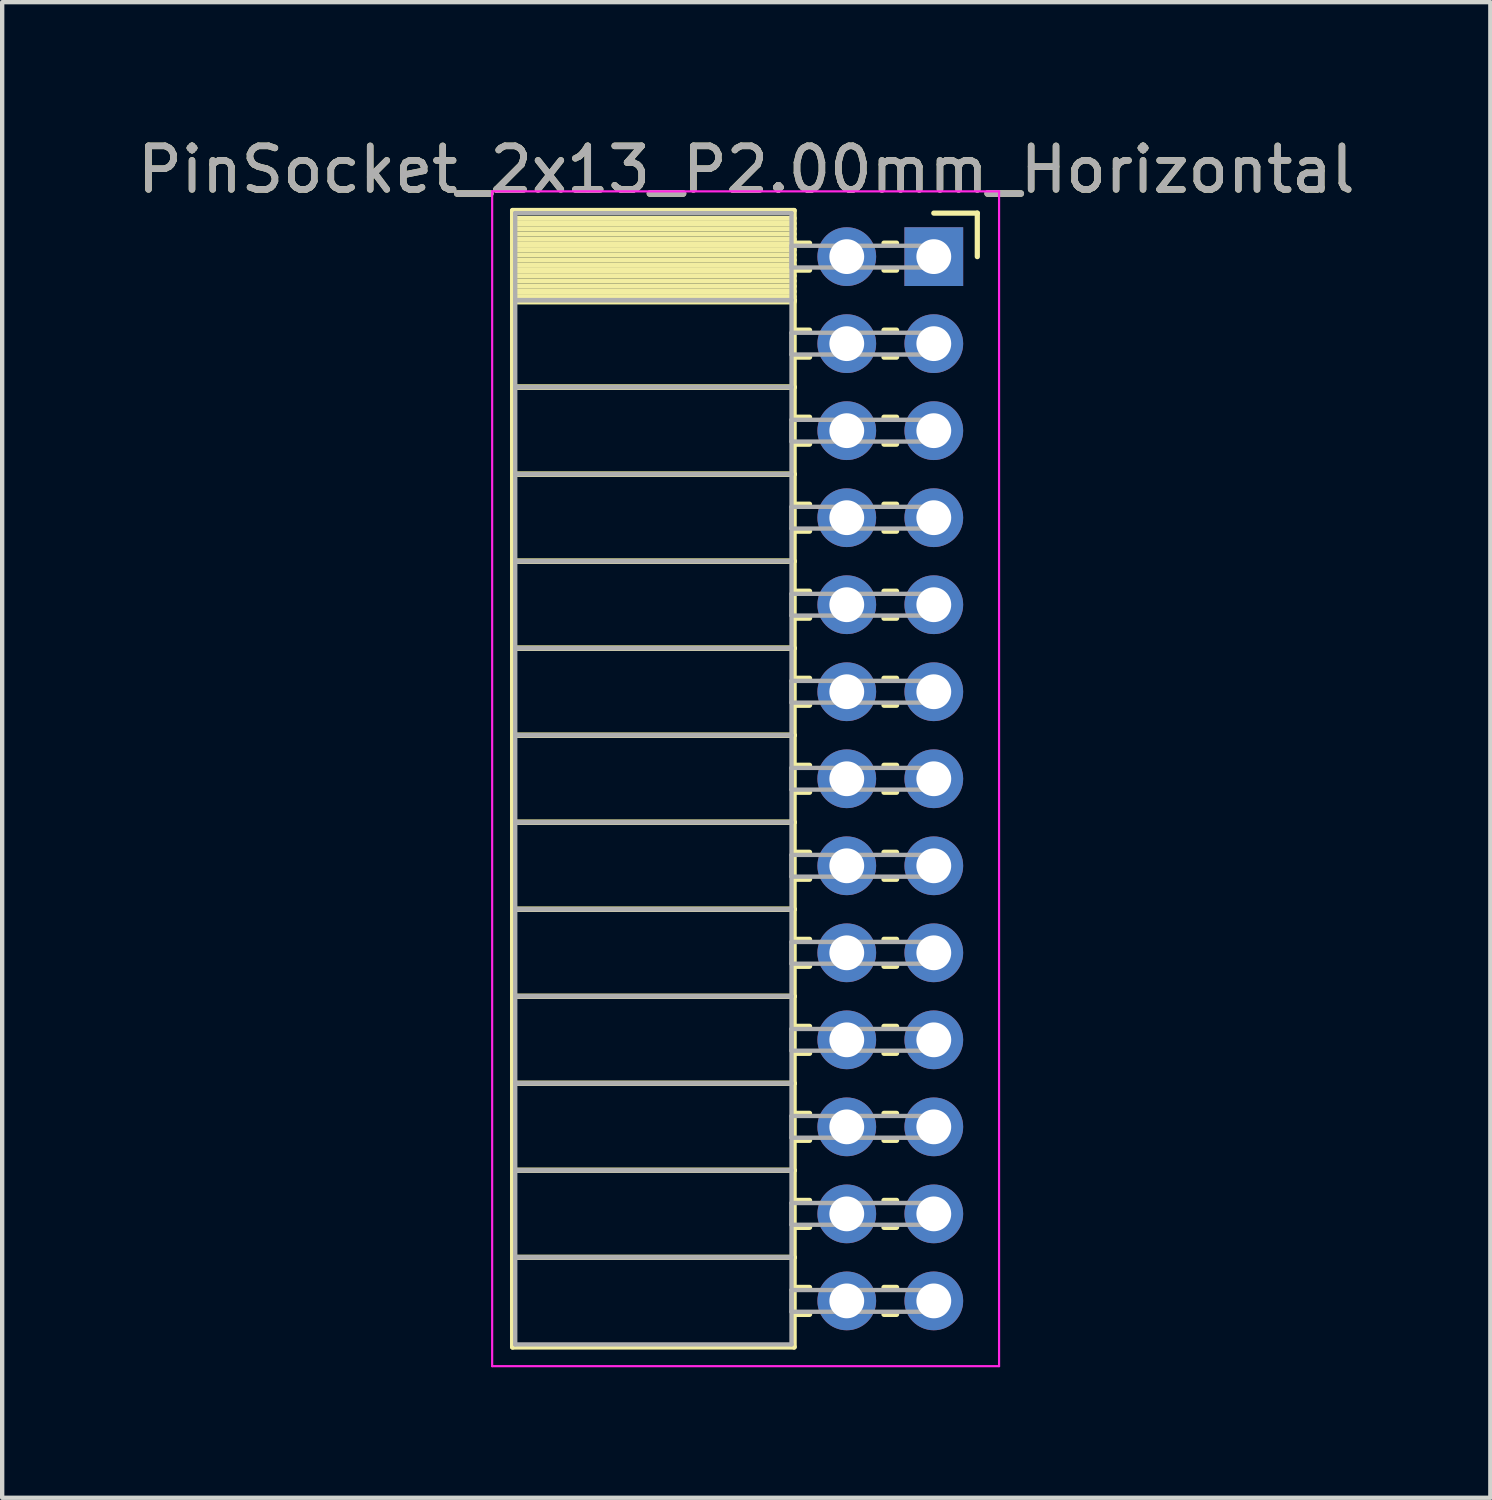
<source format=kicad_pcb>
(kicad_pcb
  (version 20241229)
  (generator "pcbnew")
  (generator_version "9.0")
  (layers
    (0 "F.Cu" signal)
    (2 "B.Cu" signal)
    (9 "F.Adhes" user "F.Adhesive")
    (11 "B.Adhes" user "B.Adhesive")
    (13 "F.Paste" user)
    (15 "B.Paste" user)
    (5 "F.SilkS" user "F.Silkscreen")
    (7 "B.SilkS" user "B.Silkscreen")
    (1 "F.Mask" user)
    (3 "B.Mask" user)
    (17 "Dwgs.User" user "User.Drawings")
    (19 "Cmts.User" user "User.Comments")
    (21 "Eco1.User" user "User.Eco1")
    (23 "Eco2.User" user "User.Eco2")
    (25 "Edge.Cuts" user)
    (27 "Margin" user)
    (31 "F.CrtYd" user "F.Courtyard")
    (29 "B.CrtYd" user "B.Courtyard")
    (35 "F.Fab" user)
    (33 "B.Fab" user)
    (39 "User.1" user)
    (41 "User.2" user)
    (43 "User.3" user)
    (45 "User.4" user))
  (footprint "PinSocket_2x13_P2.00mm_Horizontal"
    (layer "F.Cu")
    (at 18.411 2.848)
    (property "Reference" "PinSocket_2x13_P2.00mm_Horizontal" (at -4.31 -2 0) (layer "F.SilkS") (effects (font (size 1 1) (thickness 0.15))))
    (attr through_hole)
    (fp_line (start -9.68 -1.06) (end -3.21 -1.06) (stroke (width 0.12) (type solid)) (layer "F.SilkS"))
    (fp_line (start -9.68 1) (end -9.68 -1.06) (stroke (width 0.12) (type solid)) (layer "F.SilkS"))
    (fp_line (start -9.68 1) (end -3.21 1) (stroke (width 0.12) (type solid)) (layer "F.SilkS"))
    (fp_line (start -9.68 3) (end -9.68 1) (stroke (width 0.12) (type solid)) (layer "F.SilkS"))
    (fp_line (start -9.68 3) (end -3.21 3) (stroke (width 0.12) (type solid)) (layer "F.SilkS"))
    (fp_line (start -9.68 5) (end -9.68 3) (stroke (width 0.12) (type solid)) (layer "F.SilkS"))
    (fp_line (start -9.68 5) (end -3.21 5) (stroke (width 0.12) (type solid)) (layer "F.SilkS"))
    (fp_line (start -9.68 7) (end -9.68 5) (stroke (width 0.12) (type solid)) (layer "F.SilkS"))
    (fp_line (start -9.68 7) (end -3.21 7) (stroke (width 0.12) (type solid)) (layer "F.SilkS"))
    (fp_line (start -9.68 9) (end -9.68 7) (stroke (width 0.12) (type solid)) (layer "F.SilkS"))
    (fp_line (start -9.68 9) (end -3.21 9) (stroke (width 0.12) (type solid)) (layer "F.SilkS"))
    (fp_line (start -9.68 11) (end -9.68 9) (stroke (width 0.12) (type solid)) (layer "F.SilkS"))
    (fp_line (start -9.68 11) (end -3.21 11) (stroke (width 0.12) (type solid)) (layer "F.SilkS"))
    (fp_line (start -9.68 13) (end -9.68 11) (stroke (width 0.12) (type solid)) (layer "F.SilkS"))
    (fp_line (start -9.68 13) (end -3.21 13) (stroke (width 0.12) (type solid)) (layer "F.SilkS"))
    (fp_line (start -9.68 15) (end -9.68 13) (stroke (width 0.12) (type solid)) (layer "F.SilkS"))
    (fp_line (start -9.68 15) (end -3.21 15) (stroke (width 0.12) (type solid)) (layer "F.SilkS"))
    (fp_line (start -9.68 17) (end -9.68 15) (stroke (width 0.12) (type solid)) (layer "F.SilkS"))
    (fp_line (start -9.68 17) (end -3.21 17) (stroke (width 0.12) (type solid)) (layer "F.SilkS"))
    (fp_line (start -9.68 19) (end -9.68 17) (stroke (width 0.12) (type solid)) (layer "F.SilkS"))
    (fp_line (start -9.68 19) (end -3.21 19) (stroke (width 0.12) (type solid)) (layer "F.SilkS"))
    (fp_line (start -9.68 21) (end -9.68 19) (stroke (width 0.12) (type solid)) (layer "F.SilkS"))
    (fp_line (start -9.68 21) (end -3.21 21) (stroke (width 0.12) (type solid)) (layer "F.SilkS"))
    (fp_line (start -9.68 23) (end -9.68 21) (stroke (width 0.12) (type solid)) (layer "F.SilkS"))
    (fp_line (start -9.68 23) (end -3.21 23) (stroke (width 0.12) (type solid)) (layer "F.SilkS"))
    (fp_line (start -9.68 25.06) (end -9.68 23) (stroke (width 0.12) (type solid)) (layer "F.SilkS"))
    (fp_line (start -3.21 -1.06) (end -3.21 1) (stroke (width 0.12) (type solid)) (layer "F.SilkS"))
    (fp_line (start -3.21 -0.88) (end -9.68 -0.88) (stroke (width 0.12) (type solid)) (layer "F.SilkS"))
    (fp_line (start -3.21 -0.76) (end -9.68 -0.76) (stroke (width 0.12) (type solid)) (layer "F.SilkS"))
    (fp_line (start -3.21 -0.64) (end -9.68 -0.64) (stroke (width 0.12) (type solid)) (layer "F.SilkS"))
    (fp_line (start -3.21 -0.52) (end -9.68 -0.52) (stroke (width 0.12) (type solid)) (layer "F.SilkS"))
    (fp_line (start -3.21 -0.4) (end -9.68 -0.4) (stroke (width 0.12) (type solid)) (layer "F.SilkS"))
    (fp_line (start -3.21 -0.28) (end -9.68 -0.28) (stroke (width 0.12) (type solid)) (layer "F.SilkS"))
    (fp_line (start -3.21 -0.16) (end -9.68 -0.16) (stroke (width 0.12) (type solid)) (layer "F.SilkS"))
    (fp_line (start -3.21 -0.04) (end -9.68 -0.04) (stroke (width 0.12) (type solid)) (layer "F.SilkS"))
    (fp_line (start -3.21 0.08) (end -9.68 0.08) (stroke (width 0.12) (type solid)) (layer "F.SilkS"))
    (fp_line (start -3.21 0.2) (end -9.68 0.2) (stroke (width 0.12) (type solid)) (layer "F.SilkS"))
    (fp_line (start -3.21 0.32) (end -9.68 0.32) (stroke (width 0.12) (type solid)) (layer "F.SilkS"))
    (fp_line (start -3.21 0.44) (end -9.68 0.44) (stroke (width 0.12) (type solid)) (layer "F.SilkS"))
    (fp_line (start -3.21 0.56) (end -9.68 0.56) (stroke (width 0.12) (type solid)) (layer "F.SilkS"))
    (fp_line (start -3.21 0.68) (end -9.68 0.68) (stroke (width 0.12) (type solid)) (layer "F.SilkS"))
    (fp_line (start -3.21 0.8) (end -9.68 0.8) (stroke (width 0.12) (type solid)) (layer "F.SilkS"))
    (fp_line (start -3.21 0.92) (end -9.68 0.92) (stroke (width 0.12) (type solid)) (layer "F.SilkS"))
    (fp_line (start -3.21 1) (end -9.68 1) (stroke (width 0.12) (type solid)) (layer "F.SilkS"))
    (fp_line (start -3.21 1) (end -3.21 3) (stroke (width 0.12) (type solid)) (layer "F.SilkS"))
    (fp_line (start -3.21 1.04) (end -9.68 1.04) (stroke (width 0.12) (type solid)) (layer "F.SilkS"))
    (fp_line (start -3.21 3) (end -9.68 3) (stroke (width 0.12) (type solid)) (layer "F.SilkS"))
    (fp_line (start -3.21 3) (end -3.21 5) (stroke (width 0.12) (type solid)) (layer "F.SilkS"))
    (fp_line (start -3.21 5) (end -9.68 5) (stroke (width 0.12) (type solid)) (layer "F.SilkS"))
    (fp_line (start -3.21 5) (end -3.21 7) (stroke (width 0.12) (type solid)) (layer "F.SilkS"))
    (fp_line (start -3.21 7) (end -9.68 7) (stroke (width 0.12) (type solid)) (layer "F.SilkS"))
    (fp_line (start -3.21 7) (end -3.21 9) (stroke (width 0.12) (type solid)) (layer "F.SilkS"))
    (fp_line (start -3.21 9) (end -9.68 9) (stroke (width 0.12) (type solid)) (layer "F.SilkS"))
    (fp_line (start -3.21 9) (end -3.21 11) (stroke (width 0.12) (type solid)) (layer "F.SilkS"))
    (fp_line (start -3.21 11) (end -9.68 11) (stroke (width 0.12) (type solid)) (layer "F.SilkS"))
    (fp_line (start -3.21 11) (end -3.21 13) (stroke (width 0.12) (type solid)) (layer "F.SilkS"))
    (fp_line (start -3.21 13) (end -9.68 13) (stroke (width 0.12) (type solid)) (layer "F.SilkS"))
    (fp_line (start -3.21 13) (end -3.21 15) (stroke (width 0.12) (type solid)) (layer "F.SilkS"))
    (fp_line (start -3.21 15) (end -9.68 15) (stroke (width 0.12) (type solid)) (layer "F.SilkS"))
    (fp_line (start -3.21 15) (end -3.21 17) (stroke (width 0.12) (type solid)) (layer "F.SilkS"))
    (fp_line (start -3.21 17) (end -9.68 17) (stroke (width 0.12) (type solid)) (layer "F.SilkS"))
    (fp_line (start -3.21 17) (end -3.21 19) (stroke (width 0.12) (type solid)) (layer "F.SilkS"))
    (fp_line (start -3.21 19) (end -9.68 19) (stroke (width 0.12) (type solid)) (layer "F.SilkS"))
    (fp_line (start -3.21 19) (end -3.21 21) (stroke (width 0.12) (type solid)) (layer "F.SilkS"))
    (fp_line (start -3.21 21) (end -9.68 21) (stroke (width 0.12) (type solid)) (layer "F.SilkS"))
    (fp_line (start -3.21 21) (end -3.21 23) (stroke (width 0.12) (type solid)) (layer "F.SilkS"))
    (fp_line (start -3.21 23) (end -9.68 23) (stroke (width 0.12) (type solid)) (layer "F.SilkS"))
    (fp_line (start -3.21 23) (end -3.21 25.06) (stroke (width 0.12) (type solid)) (layer "F.SilkS"))
    (fp_line (start -3.21 25.06) (end -9.68 25.06) (stroke (width 0.12) (type solid)) (layer "F.SilkS"))
    (fp_line (start -2.855 -0.31) (end -3.21 -0.31) (stroke (width 0.12) (type solid)) (layer "F.SilkS"))
    (fp_line (start -2.855 0.31) (end -3.21 0.31) (stroke (width 0.12) (type solid)) (layer "F.SilkS"))
    (fp_line (start -2.855 1.69) (end -3.21 1.69) (stroke (width 0.12) (type solid)) (layer "F.SilkS"))
    (fp_line (start -2.855 2.31) (end -3.21 2.31) (stroke (width 0.12) (type solid)) (layer "F.SilkS"))
    (fp_line (start -2.855 3.69) (end -3.21 3.69) (stroke (width 0.12) (type solid)) (layer "F.SilkS"))
    (fp_line (start -2.855 4.31) (end -3.21 4.31) (stroke (width 0.12) (type solid)) (layer "F.SilkS"))
    (fp_line (start -2.855 5.69) (end -3.21 5.69) (stroke (width 0.12) (type solid)) (layer "F.SilkS"))
    (fp_line (start -2.855 6.31) (end -3.21 6.31) (stroke (width 0.12) (type solid)) (layer "F.SilkS"))
    (fp_line (start -2.855 7.69) (end -3.21 7.69) (stroke (width 0.12) (type solid)) (layer "F.SilkS"))
    (fp_line (start -2.855 8.31) (end -3.21 8.31) (stroke (width 0.12) (type solid)) (layer "F.SilkS"))
    (fp_line (start -2.855 9.69) (end -3.21 9.69) (stroke (width 0.12) (type solid)) (layer "F.SilkS"))
    (fp_line (start -2.855 10.31) (end -3.21 10.31) (stroke (width 0.12) (type solid)) (layer "F.SilkS"))
    (fp_line (start -2.855 11.69) (end -3.21 11.69) (stroke (width 0.12) (type solid)) (layer "F.SilkS"))
    (fp_line (start -2.855 12.31) (end -3.21 12.31) (stroke (width 0.12) (type solid)) (layer "F.SilkS"))
    (fp_line (start -2.855 13.69) (end -3.21 13.69) (stroke (width 0.12) (type solid)) (layer "F.SilkS"))
    (fp_line (start -2.855 14.31) (end -3.21 14.31) (stroke (width 0.12) (type solid)) (layer "F.SilkS"))
    (fp_line (start -2.855 15.69) (end -3.21 15.69) (stroke (width 0.12) (type solid)) (layer "F.SilkS"))
    (fp_line (start -2.855 16.31) (end -3.21 16.31) (stroke (width 0.12) (type solid)) (layer "F.SilkS"))
    (fp_line (start -2.855 17.69) (end -3.21 17.69) (stroke (width 0.12) (type solid)) (layer "F.SilkS"))
    (fp_line (start -2.855 18.31) (end -3.21 18.31) (stroke (width 0.12) (type solid)) (layer "F.SilkS"))
    (fp_line (start -2.855 19.69) (end -3.21 19.69) (stroke (width 0.12) (type solid)) (layer "F.SilkS"))
    (fp_line (start -2.855 20.31) (end -3.21 20.31) (stroke (width 0.12) (type solid)) (layer "F.SilkS"))
    (fp_line (start -2.855 21.69) (end -3.21 21.69) (stroke (width 0.12) (type solid)) (layer "F.SilkS"))
    (fp_line (start -2.855 22.31) (end -3.21 22.31) (stroke (width 0.12) (type solid)) (layer "F.SilkS"))
    (fp_line (start -2.855 23.69) (end -3.21 23.69) (stroke (width 0.12) (type solid)) (layer "F.SilkS"))
    (fp_line (start -2.855 24.31) (end -3.21 24.31) (stroke (width 0.12) (type solid)) (layer "F.SilkS"))
    (fp_line (start -0.855 -0.31) (end -1.145 -0.31) (stroke (width 0.12) (type solid)) (layer "F.SilkS"))
    (fp_line (start -0.855 0.31) (end -1.145 0.31) (stroke (width 0.12) (type solid)) (layer "F.SilkS"))
    (fp_line (start -0.855 1.69) (end -1.145 1.69) (stroke (width 0.12) (type solid)) (layer "F.SilkS"))
    (fp_line (start -0.855 2.31) (end -1.145 2.31) (stroke (width 0.12) (type solid)) (layer "F.SilkS"))
    (fp_line (start -0.855 3.69) (end -1.145 3.69) (stroke (width 0.12) (type solid)) (layer "F.SilkS"))
    (fp_line (start -0.855 4.31) (end -1.145 4.31) (stroke (width 0.12) (type solid)) (layer "F.SilkS"))
    (fp_line (start -0.855 5.69) (end -1.145 5.69) (stroke (width 0.12) (type solid)) (layer "F.SilkS"))
    (fp_line (start -0.855 6.31) (end -1.145 6.31) (stroke (width 0.12) (type solid)) (layer "F.SilkS"))
    (fp_line (start -0.855 7.69) (end -1.145 7.69) (stroke (width 0.12) (type solid)) (layer "F.SilkS"))
    (fp_line (start -0.855 8.31) (end -1.145 8.31) (stroke (width 0.12) (type solid)) (layer "F.SilkS"))
    (fp_line (start -0.855 9.69) (end -1.145 9.69) (stroke (width 0.12) (type solid)) (layer "F.SilkS"))
    (fp_line (start -0.855 10.31) (end -1.145 10.31) (stroke (width 0.12) (type solid)) (layer "F.SilkS"))
    (fp_line (start -0.855 11.69) (end -1.145 11.69) (stroke (width 0.12) (type solid)) (layer "F.SilkS"))
    (fp_line (start -0.855 12.31) (end -1.145 12.31) (stroke (width 0.12) (type solid)) (layer "F.SilkS"))
    (fp_line (start -0.855 13.69) (end -1.145 13.69) (stroke (width 0.12) (type solid)) (layer "F.SilkS"))
    (fp_line (start -0.855 14.31) (end -1.145 14.31) (stroke (width 0.12) (type solid)) (layer "F.SilkS"))
    (fp_line (start -0.855 15.69) (end -1.145 15.69) (stroke (width 0.12) (type solid)) (layer "F.SilkS"))
    (fp_line (start -0.855 16.31) (end -1.145 16.31) (stroke (width 0.12) (type solid)) (layer "F.SilkS"))
    (fp_line (start -0.855 17.69) (end -1.145 17.69) (stroke (width 0.12) (type solid)) (layer "F.SilkS"))
    (fp_line (start -0.855 18.31) (end -1.145 18.31) (stroke (width 0.12) (type solid)) (layer "F.SilkS"))
    (fp_line (start -0.855 19.69) (end -1.145 19.69) (stroke (width 0.12) (type solid)) (layer "F.SilkS"))
    (fp_line (start -0.855 20.31) (end -1.145 20.31) (stroke (width 0.12) (type solid)) (layer "F.SilkS"))
    (fp_line (start -0.855 21.69) (end -1.145 21.69) (stroke (width 0.12) (type solid)) (layer "F.SilkS"))
    (fp_line (start -0.855 22.31) (end -1.145 22.31) (stroke (width 0.12) (type solid)) (layer "F.SilkS"))
    (fp_line (start -0.855 23.69) (end -1.145 23.69) (stroke (width 0.12) (type solid)) (layer "F.SilkS"))
    (fp_line (start -0.855 24.31) (end -1.145 24.31) (stroke (width 0.12) (type solid)) (layer "F.SilkS"))
    (fp_line (start 0 -1) (end 1 -1) (stroke (width 0.12) (type solid)) (layer "F.SilkS"))
    (fp_line (start 1 -1) (end 1 0) (stroke (width 0.12) (type solid)) (layer "F.SilkS"))
    (fp_line (start -10.15 -1.5) (end 1.5 -1.5) (stroke (width 0.05) (type solid)) (layer "F.CrtYd"))
    (fp_line (start -10.15 25.5) (end -10.15 -1.5) (stroke (width 0.05) (type solid)) (layer "F.CrtYd"))
    (fp_line (start 1.5 -1.5) (end 1.5 25.5) (stroke (width 0.05) (type solid)) (layer "F.CrtYd"))
    (fp_line (start 1.5 25.5) (end -10.15 25.5) (stroke (width 0.05) (type solid)) (layer "F.CrtYd"))
    (fp_line (start -9.62 -1) (end -3.27 -1) (stroke (width 0.1) (type solid)) (layer "F.Fab"))
    (fp_line (start -9.62 1) (end -9.62 -1) (stroke (width 0.1) (type solid)) (layer "F.Fab"))
    (fp_line (start -9.62 1) (end -3.27 1) (stroke (width 0.1) (type solid)) (layer "F.Fab"))
    (fp_line (start -9.62 3) (end -9.62 1) (stroke (width 0.1) (type solid)) (layer "F.Fab"))
    (fp_line (start -9.62 3) (end -3.27 3) (stroke (width 0.1) (type solid)) (layer "F.Fab"))
    (fp_line (start -9.62 5) (end -9.62 3) (stroke (width 0.1) (type solid)) (layer "F.Fab"))
    (fp_line (start -9.62 5) (end -3.27 5) (stroke (width 0.1) (type solid)) (layer "F.Fab"))
    (fp_line (start -9.62 7) (end -9.62 5) (stroke (width 0.1) (type solid)) (layer "F.Fab"))
    (fp_line (start -9.62 7) (end -3.27 7) (stroke (width 0.1) (type solid)) (layer "F.Fab"))
    (fp_line (start -9.62 9) (end -9.62 7) (stroke (width 0.1) (type solid)) (layer "F.Fab"))
    (fp_line (start -9.62 9) (end -3.27 9) (stroke (width 0.1) (type solid)) (layer "F.Fab"))
    (fp_line (start -9.62 11) (end -9.62 9) (stroke (width 0.1) (type solid)) (layer "F.Fab"))
    (fp_line (start -9.62 11) (end -3.27 11) (stroke (width 0.1) (type solid)) (layer "F.Fab"))
    (fp_line (start -9.62 13) (end -9.62 11) (stroke (width 0.1) (type solid)) (layer "F.Fab"))
    (fp_line (start -9.62 13) (end -3.27 13) (stroke (width 0.1) (type solid)) (layer "F.Fab"))
    (fp_line (start -9.62 15) (end -9.62 13) (stroke (width 0.1) (type solid)) (layer "F.Fab"))
    (fp_line (start -9.62 15) (end -3.27 15) (stroke (width 0.1) (type solid)) (layer "F.Fab"))
    (fp_line (start -9.62 17) (end -9.62 15) (stroke (width 0.1) (type solid)) (layer "F.Fab"))
    (fp_line (start -9.62 17) (end -3.27 17) (stroke (width 0.1) (type solid)) (layer "F.Fab"))
    (fp_line (start -9.62 19) (end -9.62 17) (stroke (width 0.1) (type solid)) (layer "F.Fab"))
    (fp_line (start -9.62 19) (end -3.27 19) (stroke (width 0.1) (type solid)) (layer "F.Fab"))
    (fp_line (start -9.62 21) (end -9.62 19) (stroke (width 0.1) (type solid)) (layer "F.Fab"))
    (fp_line (start -9.62 21) (end -3.27 21) (stroke (width 0.1) (type solid)) (layer "F.Fab"))
    (fp_line (start -9.62 23) (end -9.62 21) (stroke (width 0.1) (type solid)) (layer "F.Fab"))
    (fp_line (start -9.62 23) (end -3.27 23) (stroke (width 0.1) (type solid)) (layer "F.Fab"))
    (fp_line (start -9.62 25) (end -9.62 23) (stroke (width 0.1) (type solid)) (layer "F.Fab"))
    (fp_line (start -3.27 -1) (end -3.27 1) (stroke (width 0.1) (type solid)) (layer "F.Fab"))
    (fp_line (start -3.27 -0.25) (end 0 -0.25) (stroke (width 0.1) (type solid)) (layer "F.Fab"))
    (fp_line (start -3.27 0.25) (end -3.27 -0.25) (stroke (width 0.1) (type solid)) (layer "F.Fab"))
    (fp_line (start -3.27 1) (end -9.62 1) (stroke (width 0.1) (type solid)) (layer "F.Fab"))
    (fp_line (start -3.27 1) (end -3.27 3) (stroke (width 0.1) (type solid)) (layer "F.Fab"))
    (fp_line (start -3.27 1.75) (end 0 1.75) (stroke (width 0.1) (type solid)) (layer "F.Fab"))
    (fp_line (start -3.27 2.25) (end -3.27 1.75) (stroke (width 0.1) (type solid)) (layer "F.Fab"))
    (fp_line (start -3.27 3) (end -9.62 3) (stroke (width 0.1) (type solid)) (layer "F.Fab"))
    (fp_line (start -3.27 3) (end -3.27 5) (stroke (width 0.1) (type solid)) (layer "F.Fab"))
    (fp_line (start -3.27 3.75) (end 0 3.75) (stroke (width 0.1) (type solid)) (layer "F.Fab"))
    (fp_line (start -3.27 4.25) (end -3.27 3.75) (stroke (width 0.1) (type solid)) (layer "F.Fab"))
    (fp_line (start -3.27 5) (end -9.62 5) (stroke (width 0.1) (type solid)) (layer "F.Fab"))
    (fp_line (start -3.27 5) (end -3.27 7) (stroke (width 0.1) (type solid)) (layer "F.Fab"))
    (fp_line (start -3.27 5.75) (end 0 5.75) (stroke (width 0.1) (type solid)) (layer "F.Fab"))
    (fp_line (start -3.27 6.25) (end -3.27 5.75) (stroke (width 0.1) (type solid)) (layer "F.Fab"))
    (fp_line (start -3.27 7) (end -9.62 7) (stroke (width 0.1) (type solid)) (layer "F.Fab"))
    (fp_line (start -3.27 7) (end -3.27 9) (stroke (width 0.1) (type solid)) (layer "F.Fab"))
    (fp_line (start -3.27 7.75) (end 0 7.75) (stroke (width 0.1) (type solid)) (layer "F.Fab"))
    (fp_line (start -3.27 8.25) (end -3.27 7.75) (stroke (width 0.1) (type solid)) (layer "F.Fab"))
    (fp_line (start -3.27 9) (end -9.62 9) (stroke (width 0.1) (type solid)) (layer "F.Fab"))
    (fp_line (start -3.27 9) (end -3.27 11) (stroke (width 0.1) (type solid)) (layer "F.Fab"))
    (fp_line (start -3.27 9.75) (end 0 9.75) (stroke (width 0.1) (type solid)) (layer "F.Fab"))
    (fp_line (start -3.27 10.25) (end -3.27 9.75) (stroke (width 0.1) (type solid)) (layer "F.Fab"))
    (fp_line (start -3.27 11) (end -9.62 11) (stroke (width 0.1) (type solid)) (layer "F.Fab"))
    (fp_line (start -3.27 11) (end -3.27 13) (stroke (width 0.1) (type solid)) (layer "F.Fab"))
    (fp_line (start -3.27 11.75) (end 0 11.75) (stroke (width 0.1) (type solid)) (layer "F.Fab"))
    (fp_line (start -3.27 12.25) (end -3.27 11.75) (stroke (width 0.1) (type solid)) (layer "F.Fab"))
    (fp_line (start -3.27 13) (end -9.62 13) (stroke (width 0.1) (type solid)) (layer "F.Fab"))
    (fp_line (start -3.27 13) (end -3.27 15) (stroke (width 0.1) (type solid)) (layer "F.Fab"))
    (fp_line (start -3.27 13.75) (end 0 13.75) (stroke (width 0.1) (type solid)) (layer "F.Fab"))
    (fp_line (start -3.27 14.25) (end -3.27 13.75) (stroke (width 0.1) (type solid)) (layer "F.Fab"))
    (fp_line (start -3.27 15) (end -9.62 15) (stroke (width 0.1) (type solid)) (layer "F.Fab"))
    (fp_line (start -3.27 15) (end -3.27 17) (stroke (width 0.1) (type solid)) (layer "F.Fab"))
    (fp_line (start -3.27 15.75) (end 0 15.75) (stroke (width 0.1) (type solid)) (layer "F.Fab"))
    (fp_line (start -3.27 16.25) (end -3.27 15.75) (stroke (width 0.1) (type solid)) (layer "F.Fab"))
    (fp_line (start -3.27 17) (end -9.62 17) (stroke (width 0.1) (type solid)) (layer "F.Fab"))
    (fp_line (start -3.27 17) (end -3.27 19) (stroke (width 0.1) (type solid)) (layer "F.Fab"))
    (fp_line (start -3.27 17.75) (end 0 17.75) (stroke (width 0.1) (type solid)) (layer "F.Fab"))
    (fp_line (start -3.27 18.25) (end -3.27 17.75) (stroke (width 0.1) (type solid)) (layer "F.Fab"))
    (fp_line (start -3.27 19) (end -9.62 19) (stroke (width 0.1) (type solid)) (layer "F.Fab"))
    (fp_line (start -3.27 19) (end -3.27 21) (stroke (width 0.1) (type solid)) (layer "F.Fab"))
    (fp_line (start -3.27 19.75) (end 0 19.75) (stroke (width 0.1) (type solid)) (layer "F.Fab"))
    (fp_line (start -3.27 20.25) (end -3.27 19.75) (stroke (width 0.1) (type solid)) (layer "F.Fab"))
    (fp_line (start -3.27 21) (end -9.62 21) (stroke (width 0.1) (type solid)) (layer "F.Fab"))
    (fp_line (start -3.27 21) (end -3.27 23) (stroke (width 0.1) (type solid)) (layer "F.Fab"))
    (fp_line (start -3.27 21.75) (end 0 21.75) (stroke (width 0.1) (type solid)) (layer "F.Fab"))
    (fp_line (start -3.27 22.25) (end -3.27 21.75) (stroke (width 0.1) (type solid)) (layer "F.Fab"))
    (fp_line (start -3.27 23) (end -9.62 23) (stroke (width 0.1) (type solid)) (layer "F.Fab"))
    (fp_line (start -3.27 23) (end -3.27 25) (stroke (width 0.1) (type solid)) (layer "F.Fab"))
    (fp_line (start -3.27 23.75) (end 0 23.75) (stroke (width 0.1) (type solid)) (layer "F.Fab"))
    (fp_line (start -3.27 24.25) (end -3.27 23.75) (stroke (width 0.1) (type solid)) (layer "F.Fab"))
    (fp_line (start -3.27 25) (end -9.62 25) (stroke (width 0.1) (type solid)) (layer "F.Fab"))
    (fp_line (start 0 -0.25) (end 0 0.25) (stroke (width 0.1) (type solid)) (layer "F.Fab"))
    (fp_line (start 0 0.25) (end -3.27 0.25) (stroke (width 0.1) (type solid)) (layer "F.Fab"))
    (fp_line (start 0 1.75) (end 0 2.25) (stroke (width 0.1) (type solid)) (layer "F.Fab"))
    (fp_line (start 0 2.25) (end -3.27 2.25) (stroke (width 0.1) (type solid)) (layer "F.Fab"))
    (fp_line (start 0 3.75) (end 0 4.25) (stroke (width 0.1) (type solid)) (layer "F.Fab"))
    (fp_line (start 0 4.25) (end -3.27 4.25) (stroke (width 0.1) (type solid)) (layer "F.Fab"))
    (fp_line (start 0 5.75) (end 0 6.25) (stroke (width 0.1) (type solid)) (layer "F.Fab"))
    (fp_line (start 0 6.25) (end -3.27 6.25) (stroke (width 0.1) (type solid)) (layer "F.Fab"))
    (fp_line (start 0 7.75) (end 0 8.25) (stroke (width 0.1) (type solid)) (layer "F.Fab"))
    (fp_line (start 0 8.25) (end -3.27 8.25) (stroke (width 0.1) (type solid)) (layer "F.Fab"))
    (fp_line (start 0 9.75) (end 0 10.25) (stroke (width 0.1) (type solid)) (layer "F.Fab"))
    (fp_line (start 0 10.25) (end -3.27 10.25) (stroke (width 0.1) (type solid)) (layer "F.Fab"))
    (fp_line (start 0 11.75) (end 0 12.25) (stroke (width 0.1) (type solid)) (layer "F.Fab"))
    (fp_line (start 0 12.25) (end -3.27 12.25) (stroke (width 0.1) (type solid)) (layer "F.Fab"))
    (fp_line (start 0 13.75) (end 0 14.25) (stroke (width 0.1) (type solid)) (layer "F.Fab"))
    (fp_line (start 0 14.25) (end -3.27 14.25) (stroke (width 0.1) (type solid)) (layer "F.Fab"))
    (fp_line (start 0 15.75) (end 0 16.25) (stroke (width 0.1) (type solid)) (layer "F.Fab"))
    (fp_line (start 0 16.25) (end -3.27 16.25) (stroke (width 0.1) (type solid)) (layer "F.Fab"))
    (fp_line (start 0 17.75) (end 0 18.25) (stroke (width 0.1) (type solid)) (layer "F.Fab"))
    (fp_line (start 0 18.25) (end -3.27 18.25) (stroke (width 0.1) (type solid)) (layer "F.Fab"))
    (fp_line (start 0 19.75) (end 0 20.25) (stroke (width 0.1) (type solid)) (layer "F.Fab"))
    (fp_line (start 0 20.25) (end -3.27 20.25) (stroke (width 0.1) (type solid)) (layer "F.Fab"))
    (fp_line (start 0 21.75) (end 0 22.25) (stroke (width 0.1) (type solid)) (layer "F.Fab"))
    (fp_line (start 0 22.25) (end -3.27 22.25) (stroke (width 0.1) (type solid)) (layer "F.Fab"))
    (fp_line (start 0 23.75) (end 0 24.25) (stroke (width 0.1) (type solid)) (layer "F.Fab"))
    (fp_line (start 0 24.25) (end -3.27 24.25) (stroke (width 0.1) (type solid)) (layer "F.Fab"))
    (fp_text user "${REFERENCE}" (at -4.31 -2 0) (layer "F.Fab") (effects (font (size 1 1) (thickness 0.15))))
    (pad "1" thru_hole rect (at 0 0) (size 1.35 1.35) (drill 0.8) (layers "*.Cu" "*.Mask"))
    (pad "2" thru_hole oval (at -2 0) (size 1.35 1.35) (drill 0.8) (layers "*.Cu" "*.Mask"))
    (pad "3" thru_hole oval (at 0 2) (size 1.35 1.35) (drill 0.8) (layers "*.Cu" "*.Mask"))
    (pad "4" thru_hole oval (at -2 2) (size 1.35 1.35) (drill 0.8) (layers "*.Cu" "*.Mask"))
    (pad "5" thru_hole oval (at 0 4) (size 1.35 1.35) (drill 0.8) (layers "*.Cu" "*.Mask"))
    (pad "6" thru_hole oval (at -2 4) (size 1.35 1.35) (drill 0.8) (layers "*.Cu" "*.Mask"))
    (pad "7" thru_hole oval (at 0 6) (size 1.35 1.35) (drill 0.8) (layers "*.Cu" "*.Mask"))
    (pad "8" thru_hole oval (at -2 6) (size 1.35 1.35) (drill 0.8) (layers "*.Cu" "*.Mask"))
    (pad "9" thru_hole oval (at 0 8) (size 1.35 1.35) (drill 0.8) (layers "*.Cu" "*.Mask"))
    (pad "10" thru_hole oval (at -2 8) (size 1.35 1.35) (drill 0.8) (layers "*.Cu" "*.Mask"))
    (pad "11" thru_hole oval (at 0 10) (size 1.35 1.35) (drill 0.8) (layers "*.Cu" "*.Mask"))
    (pad "12" thru_hole oval (at -2 10) (size 1.35 1.35) (drill 0.8) (layers "*.Cu" "*.Mask"))
    (pad "13" thru_hole oval (at 0 12) (size 1.35 1.35) (drill 0.8) (layers "*.Cu" "*.Mask"))
    (pad "14" thru_hole oval (at -2 12) (size 1.35 1.35) (drill 0.8) (layers "*.Cu" "*.Mask"))
    (pad "15" thru_hole oval (at 0 14) (size 1.35 1.35) (drill 0.8) (layers "*.Cu" "*.Mask"))
    (pad "16" thru_hole oval (at -2 14) (size 1.35 1.35) (drill 0.8) (layers "*.Cu" "*.Mask"))
    (pad "17" thru_hole oval (at 0 16) (size 1.35 1.35) (drill 0.8) (layers "*.Cu" "*.Mask"))
    (pad "18" thru_hole oval (at -2 16) (size 1.35 1.35) (drill 0.8) (layers "*.Cu" "*.Mask"))
    (pad "19" thru_hole oval (at 0 18) (size 1.35 1.35) (drill 0.8) (layers "*.Cu" "*.Mask"))
    (pad "20" thru_hole oval (at -2 18) (size 1.35 1.35) (drill 0.8) (layers "*.Cu" "*.Mask"))
    (pad "21" thru_hole oval (at 0 20) (size 1.35 1.35) (drill 0.8) (layers "*.Cu" "*.Mask"))
    (pad "22" thru_hole oval (at -2 20) (size 1.35 1.35) (drill 0.8) (layers "*.Cu" "*.Mask"))
    (pad "23" thru_hole oval (at 0 22) (size 1.35 1.35) (drill 0.8) (layers "*.Cu" "*.Mask"))
    (pad "24" thru_hole oval (at -2 22) (size 1.35 1.35) (drill 0.8) (layers "*.Cu" "*.Mask"))
    (pad "25" thru_hole oval (at 0 24) (size 1.35 1.35) (drill 0.8) (layers "*.Cu" "*.Mask"))
    (pad "26" thru_hole oval (at -2 24) (size 1.35 1.35) (drill 0.8) (layers "*.Cu" "*.Mask")))
  (gr_rect
    (start -3 -3)
    (end 31.202 31.373)
    (stroke (width 0.1) (type default))
    (fill no)
    (layer "Edge.Cuts")))
</source>
